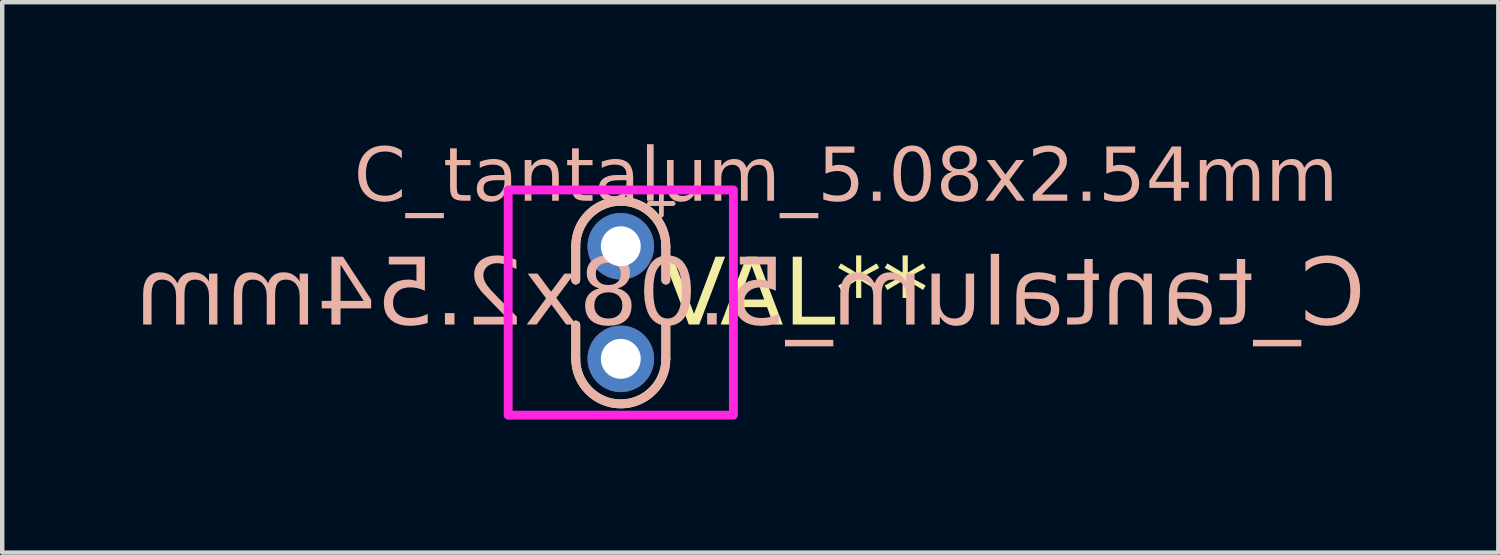
<source format=kicad_pcb>
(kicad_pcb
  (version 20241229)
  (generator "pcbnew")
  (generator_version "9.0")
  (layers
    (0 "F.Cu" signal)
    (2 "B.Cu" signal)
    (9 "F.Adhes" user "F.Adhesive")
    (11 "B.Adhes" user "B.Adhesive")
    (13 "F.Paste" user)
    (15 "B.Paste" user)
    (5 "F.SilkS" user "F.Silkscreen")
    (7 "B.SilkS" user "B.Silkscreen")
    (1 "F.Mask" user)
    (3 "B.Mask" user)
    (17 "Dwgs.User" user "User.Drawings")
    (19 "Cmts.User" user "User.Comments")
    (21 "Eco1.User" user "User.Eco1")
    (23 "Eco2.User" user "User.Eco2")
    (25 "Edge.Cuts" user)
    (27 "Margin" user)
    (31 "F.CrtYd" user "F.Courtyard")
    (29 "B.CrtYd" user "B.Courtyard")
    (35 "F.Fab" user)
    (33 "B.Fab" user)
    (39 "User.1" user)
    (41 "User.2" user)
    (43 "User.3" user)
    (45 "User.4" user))
  (footprint "C_tantalum_5.08x2.54mm"
    (layer "F.Cu")
    (at 10.952 3.774)
    (property "Reference" "C_tantalum_5.08x2.54mm" (at 5.08 -2.794 0) (unlocked yes) (layer "B.SilkS") (effects (font (face "Milk Run") (size 1.2 1.2) (thickness 0.1))))
    (property "Value" "VAL**" (at 5.08 -1.397 0) (unlocked yes) (layer "F.SilkS") (hide yes) (effects (font (face "Milk Run") (size 1.2 1.2) (thickness 0.1))))
    (attr through_hole)
    (fp_line (start -1.016 -1.27) (end -1.016 -0.508) (stroke (width 0.2) (type default)) (layer "F.SilkS"))
    (fp_line (start -1.016 1.27) (end -1.016 0.508) (stroke (width 0.2) (type default)) (layer "F.SilkS"))
    (fp_line (start 1.016 -1.27) (end 1.016 -0.508) (stroke (width 0.2) (type default)) (layer "F.SilkS"))
    (fp_line (start 1.016 1.27) (end 1.016 0.508) (stroke (width 0.2) (type default)) (layer "F.SilkS"))
    (fp_arc (start -1.016 -1.27) (mid 0 -2.286) (end 1.016 -1.27) (stroke (width 0.2) (type default)) (layer "F.SilkS"))
    (fp_arc (start 1.016 1.27) (mid 0 2.286) (end -1.016 1.27) (stroke (width 0.2) (type default)) (layer "F.SilkS"))
    (fp_line (start -1.016 -0.508) (end -1.016 -1.27) (stroke (width 0.2) (type default)) (layer "B.SilkS"))
    (fp_line (start -1.016 0.508) (end -1.016 1.27) (stroke (width 0.2) (type default)) (layer "B.SilkS"))
    (fp_line (start 1.016 -0.508) (end 1.016 -1.27) (stroke (width 0.2) (type default)) (layer "B.SilkS"))
    (fp_line (start 1.016 0.508) (end 1.016 1.27) (stroke (width 0.2) (type default)) (layer "B.SilkS"))
    (fp_arc (start -1.016 -1.27) (mid 0 -2.286) (end 1.016 -1.27) (stroke (width 0.2) (type default)) (layer "B.SilkS"))
    (fp_arc (start 1.016 1.27) (mid 0 2.286) (end -1.016 1.27) (stroke (width 0.2) (type default)) (layer "B.SilkS"))
    (fp_rect (start -2.54 -2.54) (end 2.54 2.54) (stroke (width 0.2) (type default)) (fill no) (layer "F.CrtYd"))
    (fp_text user "${VALUE}" (at 3.937 -0.127 0) (layer "F.SilkS") (effects (font (face "Milk Run") (size 1.5 1.5) (thickness 0.1))))
    (fp_text user "+" (at 0.965 -2.235 270) (unlocked yes) (layer "F.SilkS") (effects (font (size 0.7 0.7) (thickness 0.1))))
    (fp_text user "${REFERENCE}" (at 2.921 -0.127 0) (layer "B.SilkS") (effects (font (face "Milk Run") (size 1.5 1.5) (thickness 0.1)) (justify mirror)))
    (fp_text user "+" (at 0.965 -2.235 270) (unlocked yes) (layer "B.SilkS") (effects (font (size 0.7 0.7) (thickness 0.1)) (justify mirror)))
    (pad "1" thru_hole circle (at 0 -1.27 270) (size 1.5 1.5) (drill 0.9) (layers "*.Cu" "*.Mask"))
    (pad "2" thru_hole circle (at 0 1.27 270) (size 1.5 1.5) (drill 0.9) (layers "*.Cu" "*.Mask")))
  (gr_rect
    (start -3 -3)
    (end 30.745 9.414)
    (stroke (width 0.1) (type default))
    (fill no)
    (layer "Edge.Cuts")))
</source>
